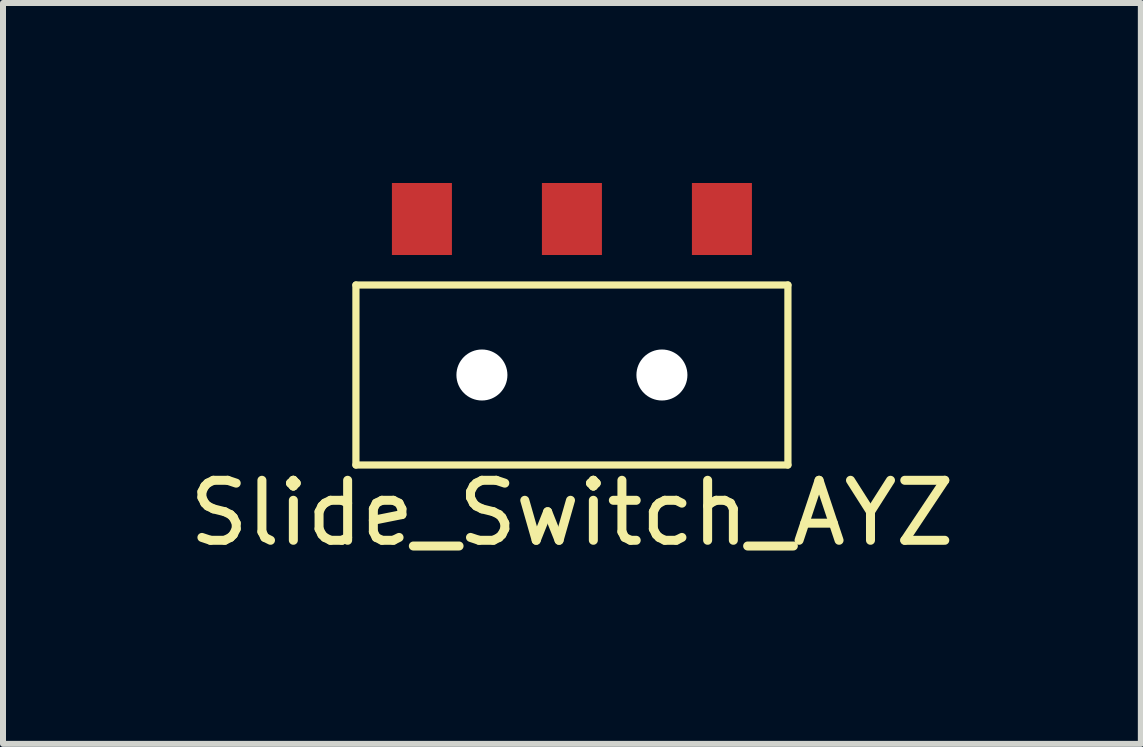
<source format=kicad_pcb>
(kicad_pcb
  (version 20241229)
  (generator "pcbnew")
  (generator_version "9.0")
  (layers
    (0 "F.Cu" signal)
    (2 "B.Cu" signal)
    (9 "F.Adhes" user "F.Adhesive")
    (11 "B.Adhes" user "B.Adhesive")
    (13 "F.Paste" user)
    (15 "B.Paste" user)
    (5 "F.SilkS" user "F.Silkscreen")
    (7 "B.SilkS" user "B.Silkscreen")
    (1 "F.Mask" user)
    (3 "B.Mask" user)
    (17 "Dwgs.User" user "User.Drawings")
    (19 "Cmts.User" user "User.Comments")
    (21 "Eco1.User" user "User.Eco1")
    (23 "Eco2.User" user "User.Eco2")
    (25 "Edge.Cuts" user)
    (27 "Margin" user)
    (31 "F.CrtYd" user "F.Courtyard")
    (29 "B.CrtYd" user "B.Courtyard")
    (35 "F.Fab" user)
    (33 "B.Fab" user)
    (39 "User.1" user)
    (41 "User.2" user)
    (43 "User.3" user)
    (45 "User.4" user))
  (footprint "Slide_Switch_AYZ"
    (layer "F.Cu")
    (at 6.482 3.2)
    (property "Reference" "Slide_Switch_AYZ" (at 0 2.3 0) (layer "F.SilkS") (effects (font (size 1 1) (thickness 0.15))))
    (attr through_hole)
    (fp_line (start -3.6 -1.5) (end 3.6 -1.5) (stroke (width 0.12) (type solid)) (layer "F.SilkS"))
    (fp_line (start -3.6 1.5) (end -3.6 -1.5) (stroke (width 0.12) (type solid)) (layer "F.SilkS"))
    (fp_line (start 3.6 -1.5) (end 3.6 1.5) (stroke (width 0.12) (type solid)) (layer "F.SilkS"))
    (fp_line (start 3.6 1.5) (end -3.6 1.5) (stroke (width 0.12) (type solid)) (layer "F.SilkS"))
    (pad "" np_thru_hole circle (at -1.5 0) (size 0.85 0.85) (drill 0.85) (layers "*.Cu" "*.Mask"))
    (pad "" np_thru_hole circle (at 1.5 0) (size 0.85 0.85) (drill 0.85) (layers "*.Cu" "*.Mask"))
    (pad "1" smd rect (at -2.5 -2.6) (size 1 1.2) (layers "F.Cu" "F.Mask" "F.Paste"))
    (pad "2" smd rect (at 0 -2.6) (size 1 1.2) (layers "F.Cu" "F.Mask" "F.Paste"))
    (pad "3" smd rect (at 2.5 -2.6) (size 1 1.2) (layers "F.Cu" "F.Mask" "F.Paste")))
  (gr_rect
    (start -3 -3)
    (end 15.964 9.348)
    (stroke (width 0.1) (type default))
    (fill no)
    (layer "Edge.Cuts")))
</source>
